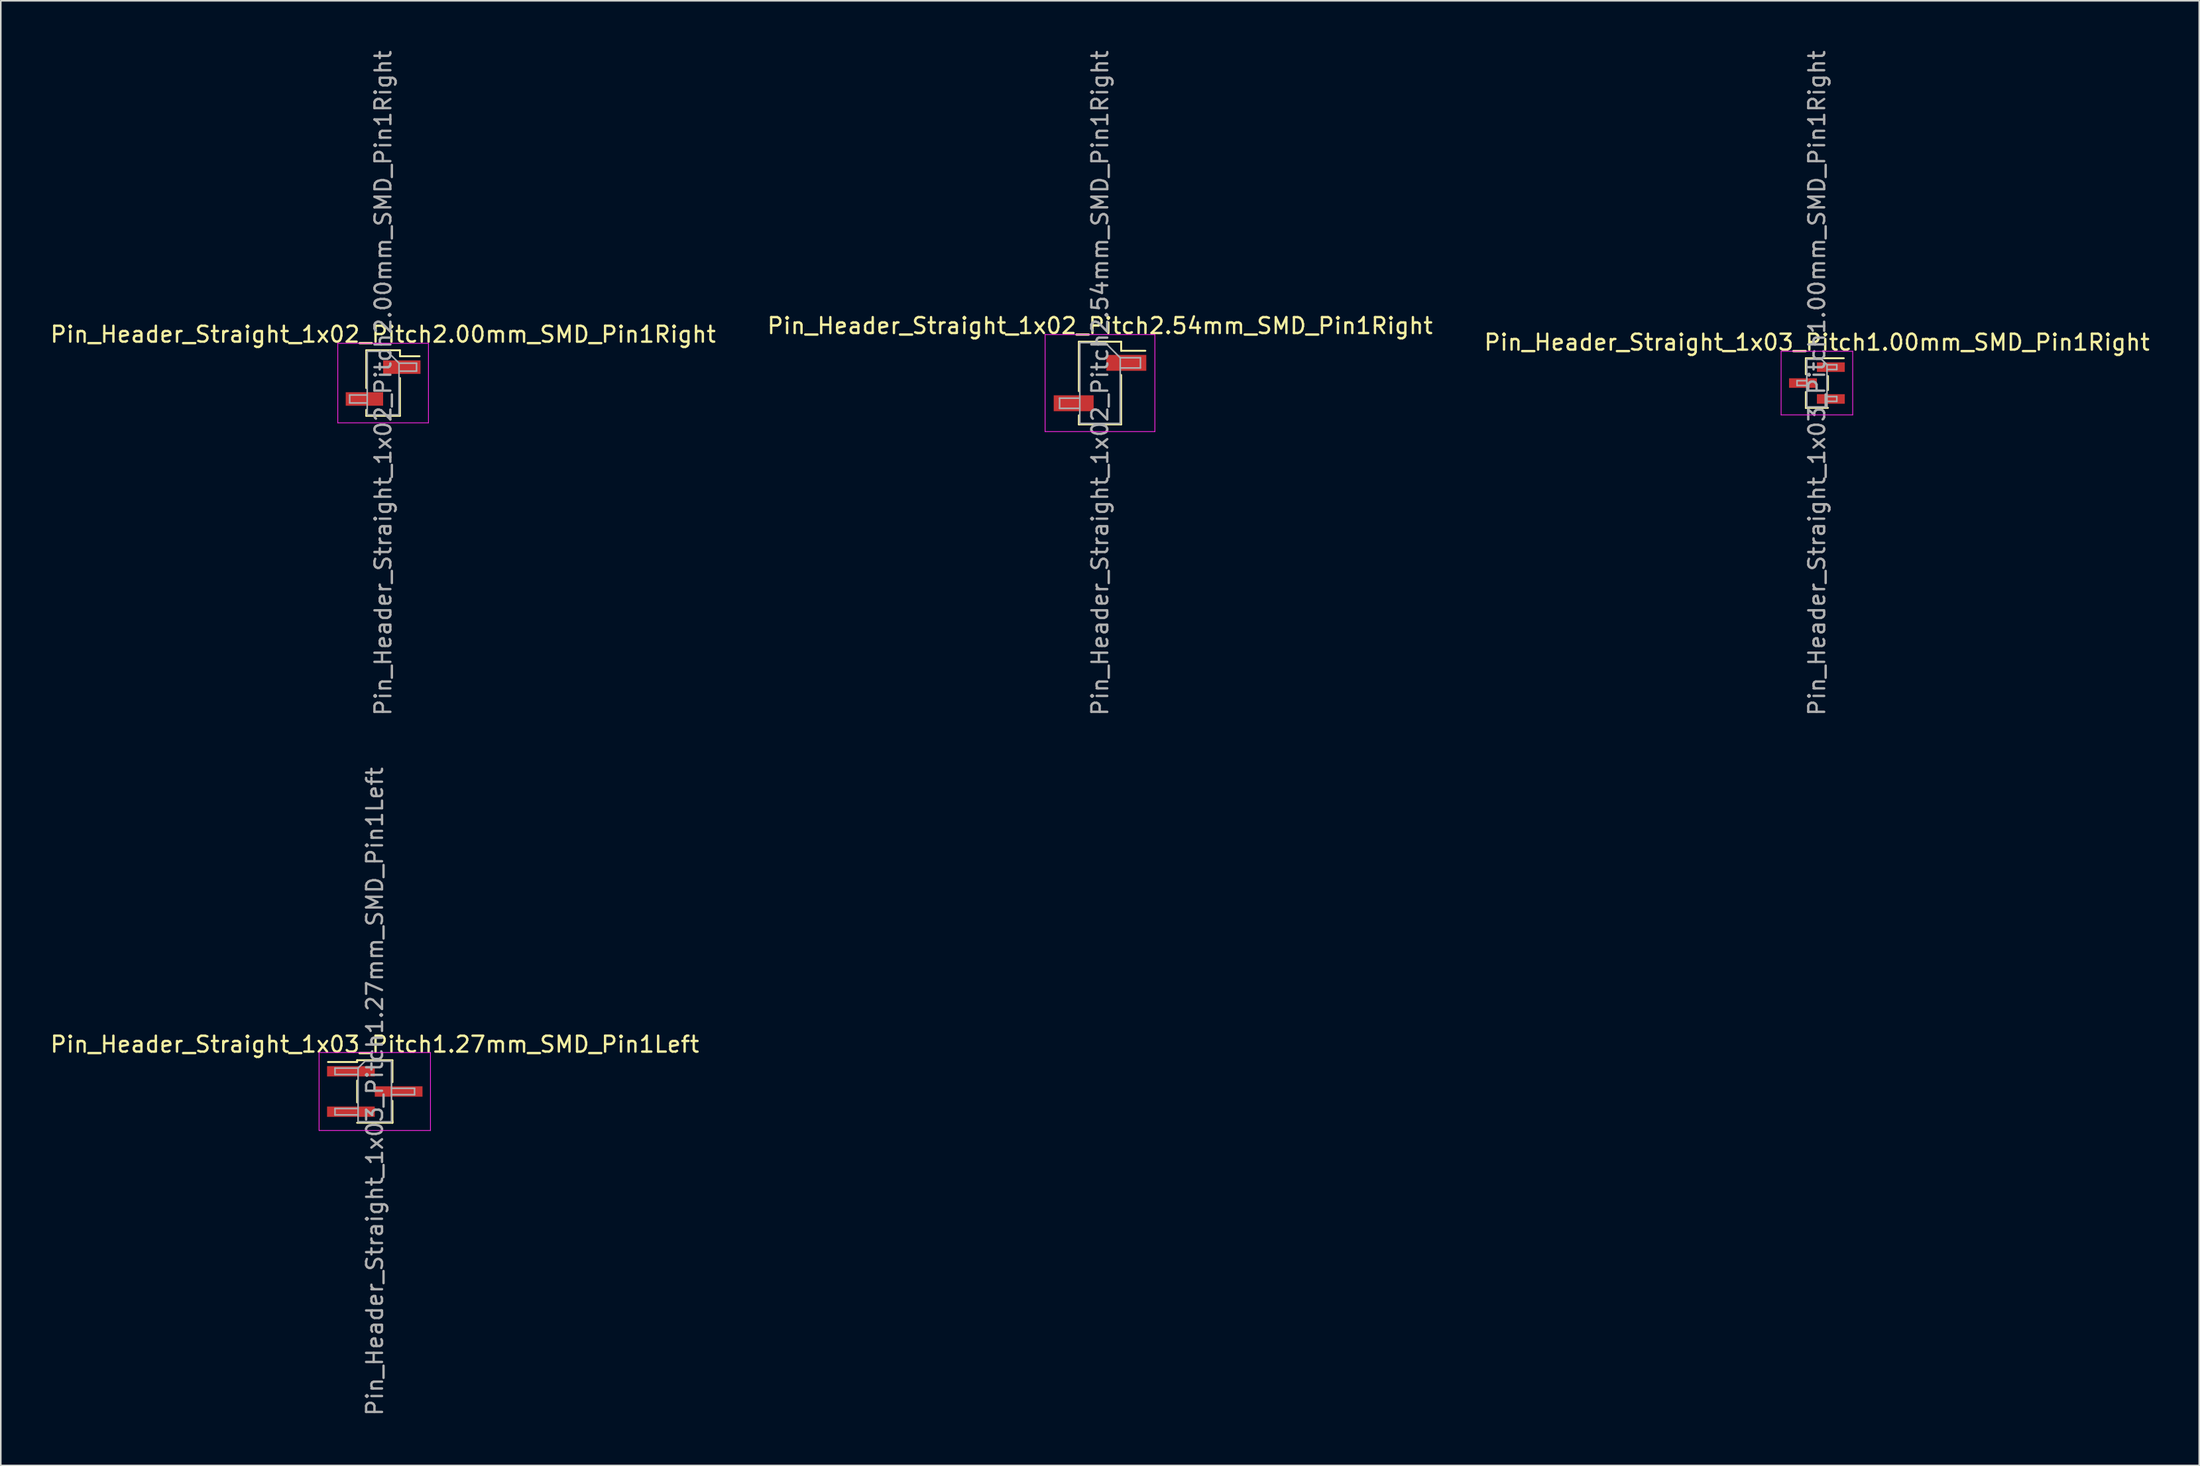
<source format=kicad_pcb>
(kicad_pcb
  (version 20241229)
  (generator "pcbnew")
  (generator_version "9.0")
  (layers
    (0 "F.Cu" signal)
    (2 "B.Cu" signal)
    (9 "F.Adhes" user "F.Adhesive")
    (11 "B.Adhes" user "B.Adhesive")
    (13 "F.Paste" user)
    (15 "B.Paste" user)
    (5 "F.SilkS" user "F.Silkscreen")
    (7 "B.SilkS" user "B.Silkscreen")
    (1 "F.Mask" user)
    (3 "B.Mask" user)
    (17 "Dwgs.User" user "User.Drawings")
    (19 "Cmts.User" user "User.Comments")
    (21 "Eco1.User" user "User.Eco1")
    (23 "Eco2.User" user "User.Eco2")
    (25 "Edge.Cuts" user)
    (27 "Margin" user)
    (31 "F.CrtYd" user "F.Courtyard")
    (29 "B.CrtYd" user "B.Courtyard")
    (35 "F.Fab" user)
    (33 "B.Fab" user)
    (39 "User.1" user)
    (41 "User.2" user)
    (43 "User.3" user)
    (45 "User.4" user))
  (footprint "Pin_Header_Straight_1x02_Pitch2.54mm_SMD_Pin1Right"
    (layer "F.Cu")
    (at 66.089 21.03)
    (property "Reference" "Pin_Header_Straight_1x02_Pitch2.54mm_SMD_Pin1Right" (at 0 -3.6 0) (layer "F.SilkS") (effects (font (size 1 1) (thickness 0.15))))
    (attr smd)
    (fp_line (start -1.33 -2.6) (end -1.33 0.51) (stroke (width 0.12) (type solid)) (layer "F.SilkS"))
    (fp_line (start -1.33 -2.6) (end 1.33 -2.6) (stroke (width 0.12) (type solid)) (layer "F.SilkS"))
    (fp_line (start -1.33 2.03) (end -1.33 2.6) (stroke (width 0.12) (type solid)) (layer "F.SilkS"))
    (fp_line (start -1.33 2.6) (end 1.33 2.6) (stroke (width 0.12) (type solid)) (layer "F.SilkS"))
    (fp_line (start 1.33 -2.6) (end 1.33 -2.03) (stroke (width 0.12) (type solid)) (layer "F.SilkS"))
    (fp_line (start 1.33 -2.03) (end 2.85 -2.03) (stroke (width 0.12) (type solid)) (layer "F.SilkS"))
    (fp_line (start 1.33 -0.51) (end 1.33 2.6) (stroke (width 0.12) (type solid)) (layer "F.SilkS"))
    (fp_line (start -3.45 -3.05) (end -3.45 3.05) (stroke (width 0.05) (type solid)) (layer "F.CrtYd"))
    (fp_line (start -3.45 3.05) (end 3.45 3.05) (stroke (width 0.05) (type solid)) (layer "F.CrtYd"))
    (fp_line (start 3.45 -3.05) (end -3.45 -3.05) (stroke (width 0.05) (type solid)) (layer "F.CrtYd"))
    (fp_line (start 3.45 3.05) (end 3.45 -3.05) (stroke (width 0.05) (type solid)) (layer "F.CrtYd"))
    (fp_line (start -2.54 0.95) (end -2.54 1.59) (stroke (width 0.1) (type solid)) (layer "F.Fab"))
    (fp_line (start -2.54 1.59) (end -1.27 1.59) (stroke (width 0.1) (type solid)) (layer "F.Fab"))
    (fp_line (start -1.27 -2.54) (end -1.27 2.54) (stroke (width 0.1) (type solid)) (layer "F.Fab"))
    (fp_line (start -1.27 -2.54) (end 0.32 -2.54) (stroke (width 0.1) (type solid)) (layer "F.Fab"))
    (fp_line (start -1.27 0.95) (end -2.54 0.95) (stroke (width 0.1) (type solid)) (layer "F.Fab"))
    (fp_line (start 1.27 -1.59) (end 0.32 -2.54) (stroke (width 0.1) (type solid)) (layer "F.Fab"))
    (fp_line (start 1.27 -1.59) (end 2.54 -1.59) (stroke (width 0.1) (type solid)) (layer "F.Fab"))
    (fp_line (start 1.27 2.54) (end -1.27 2.54) (stroke (width 0.1) (type solid)) (layer "F.Fab"))
    (fp_line (start 1.27 2.54) (end 1.27 -1.59) (stroke (width 0.1) (type solid)) (layer "F.Fab"))
    (fp_line (start 2.54 -1.59) (end 2.54 -0.95) (stroke (width 0.1) (type solid)) (layer "F.Fab"))
    (fp_line (start 2.54 -0.95) (end 1.27 -0.95) (stroke (width 0.1) (type solid)) (layer "F.Fab"))
    (fp_text user "${REFERENCE}" (at 0 0 90) (layer "F.Fab") (effects (font (size 1 1) (thickness 0.15))))
    (pad "1" smd rect (at 1.655 -1.27) (size 2.51 1) (layers "F.Cu" "F.Mask" "F.Paste"))
    (pad "2" smd rect (at -1.655 1.27) (size 2.51 1) (layers "F.Cu" "F.Mask" "F.Paste")))
  (footprint "Pin_Header_Straight_1x03_Pitch1.00mm_SMD_Pin1Right"
    (layer "F.Cu")
    (at 111.149 21.03)
    (property "Reference" "Pin_Header_Straight_1x03_Pitch1.00mm_SMD_Pin1Right" (at 0 -2.56 0) (layer "F.SilkS") (effects (font (size 1 1) (thickness 0.15))))
    (attr smd)
    (fp_line (start -0.695 -1.56) (end -0.695 -0.56) (stroke (width 0.12) (type solid)) (layer "F.SilkS"))
    (fp_line (start -0.695 -1.56) (end 0.695 -1.56) (stroke (width 0.12) (type solid)) (layer "F.SilkS"))
    (fp_line (start -0.695 -1.44) (end -0.695 -0.56) (stroke (width 0.12) (type solid)) (layer "F.SilkS"))
    (fp_line (start -0.695 0.56) (end -0.695 1.56) (stroke (width 0.12) (type solid)) (layer "F.SilkS"))
    (fp_line (start -0.695 1.56) (end -0.695 1.56) (stroke (width 0.12) (type solid)) (layer "F.SilkS"))
    (fp_line (start -0.695 1.56) (end 0.695 1.56) (stroke (width 0.12) (type solid)) (layer "F.SilkS"))
    (fp_line (start 0.695 -1.56) (end 0.695 -1.56) (stroke (width 0.12) (type solid)) (layer "F.SilkS"))
    (fp_line (start 0.695 -1.56) (end 1.69 -1.56) (stroke (width 0.12) (type solid)) (layer "F.SilkS"))
    (fp_line (start 0.695 -0.44) (end 0.695 0.44) (stroke (width 0.12) (type solid)) (layer "F.SilkS"))
    (fp_line (start -2.25 -2) (end -2.25 2) (stroke (width 0.05) (type solid)) (layer "F.CrtYd"))
    (fp_line (start -2.25 2) (end 2.25 2) (stroke (width 0.05) (type solid)) (layer "F.CrtYd"))
    (fp_line (start 2.25 -2) (end -2.25 -2) (stroke (width 0.05) (type solid)) (layer "F.CrtYd"))
    (fp_line (start 2.25 2) (end 2.25 -2) (stroke (width 0.05) (type solid)) (layer "F.CrtYd"))
    (fp_line (start -1.25 -0.15) (end -1.25 0.15) (stroke (width 0.1) (type solid)) (layer "F.Fab"))
    (fp_line (start -1.25 0.15) (end -0.635 0.15) (stroke (width 0.1) (type solid)) (layer "F.Fab"))
    (fp_line (start -0.635 -1.5) (end -0.635 1.5) (stroke (width 0.1) (type solid)) (layer "F.Fab"))
    (fp_line (start -0.635 -1.5) (end 0.285 -1.5) (stroke (width 0.1) (type solid)) (layer "F.Fab"))
    (fp_line (start -0.635 -0.15) (end -1.25 -0.15) (stroke (width 0.1) (type solid)) (layer "F.Fab"))
    (fp_line (start 0.635 -1.15) (end 0.285 -1.5) (stroke (width 0.1) (type solid)) (layer "F.Fab"))
    (fp_line (start 0.635 -1.15) (end 1.25 -1.15) (stroke (width 0.1) (type solid)) (layer "F.Fab"))
    (fp_line (start 0.635 0.85) (end 1.25 0.85) (stroke (width 0.1) (type solid)) (layer "F.Fab"))
    (fp_line (start 0.635 1.5) (end -0.635 1.5) (stroke (width 0.1) (type solid)) (layer "F.Fab"))
    (fp_line (start 0.635 1.5) (end 0.635 -1.15) (stroke (width 0.1) (type solid)) (layer "F.Fab"))
    (fp_line (start 1.25 -1.15) (end 1.25 -0.85) (stroke (width 0.1) (type solid)) (layer "F.Fab"))
    (fp_line (start 1.25 -0.85) (end 0.635 -0.85) (stroke (width 0.1) (type solid)) (layer "F.Fab"))
    (fp_line (start 1.25 0.85) (end 1.25 1.15) (stroke (width 0.1) (type solid)) (layer "F.Fab"))
    (fp_line (start 1.25 1.15) (end 0.635 1.15) (stroke (width 0.1) (type solid)) (layer "F.Fab"))
    (fp_text user "${REFERENCE}" (at 0 0 90) (layer "F.Fab") (effects (font (size 1 1) (thickness 0.15))))
    (pad "1" smd rect (at 0.875 -1) (size 1.75 0.6) (layers "F.Cu" "F.Mask" "F.Paste"))
    (pad "2" smd rect (at -0.875 0) (size 1.75 0.6) (layers "F.Cu" "F.Mask" "F.Paste"))
    (pad "3" smd rect (at 0.875 1) (size 1.75 0.6) (layers "F.Cu" "F.Mask" "F.Paste")))
  (footprint "Pin_Header_Straight_1x02_Pitch2.00mm_SMD_Pin1Right"
    (layer "F.Cu")
    (at 21.03 21.03)
    (property "Reference" "Pin_Header_Straight_1x02_Pitch2.00mm_SMD_Pin1Right" (at 0 -3.06 0) (layer "F.SilkS") (effects (font (size 1 1) (thickness 0.15))))
    (attr smd)
    (fp_line (start -1.06 -2.06) (end -1.06 0.315) (stroke (width 0.12) (type solid)) (layer "F.SilkS"))
    (fp_line (start -1.06 -2.06) (end 1.06 -2.06) (stroke (width 0.12) (type solid)) (layer "F.SilkS"))
    (fp_line (start -1.06 1.685) (end -1.06 2.06) (stroke (width 0.12) (type solid)) (layer "F.SilkS"))
    (fp_line (start -1.06 2.06) (end 1.06 2.06) (stroke (width 0.12) (type solid)) (layer "F.SilkS"))
    (fp_line (start 1.06 -2.06) (end 1.06 -1.685) (stroke (width 0.12) (type solid)) (layer "F.SilkS"))
    (fp_line (start 1.06 -1.685) (end 2.29 -1.685) (stroke (width 0.12) (type solid)) (layer "F.SilkS"))
    (fp_line (start 1.06 -0.315) (end 1.06 2.06) (stroke (width 0.12) (type solid)) (layer "F.SilkS"))
    (fp_line (start -2.85 -2.5) (end -2.85 2.5) (stroke (width 0.05) (type solid)) (layer "F.CrtYd"))
    (fp_line (start -2.85 2.5) (end 2.85 2.5) (stroke (width 0.05) (type solid)) (layer "F.CrtYd"))
    (fp_line (start 2.85 -2.5) (end -2.85 -2.5) (stroke (width 0.05) (type solid)) (layer "F.CrtYd"))
    (fp_line (start 2.85 2.5) (end 2.85 -2.5) (stroke (width 0.05) (type solid)) (layer "F.CrtYd"))
    (fp_line (start -2.1 0.75) (end -2.1 1.25) (stroke (width 0.1) (type solid)) (layer "F.Fab"))
    (fp_line (start -2.1 1.25) (end -1 1.25) (stroke (width 0.1) (type solid)) (layer "F.Fab"))
    (fp_line (start -1 -2) (end -1 2) (stroke (width 0.1) (type solid)) (layer "F.Fab"))
    (fp_line (start -1 -2) (end 0.25 -2) (stroke (width 0.1) (type solid)) (layer "F.Fab"))
    (fp_line (start -1 0.75) (end -2.1 0.75) (stroke (width 0.1) (type solid)) (layer "F.Fab"))
    (fp_line (start 1 -1.25) (end 0.25 -2) (stroke (width 0.1) (type solid)) (layer "F.Fab"))
    (fp_line (start 1 -1.25) (end 2.1 -1.25) (stroke (width 0.1) (type solid)) (layer "F.Fab"))
    (fp_line (start 1 2) (end -1 2) (stroke (width 0.1) (type solid)) (layer "F.Fab"))
    (fp_line (start 1 2) (end 1 -1.25) (stroke (width 0.1) (type solid)) (layer "F.Fab"))
    (fp_line (start 2.1 -1.25) (end 2.1 -0.75) (stroke (width 0.1) (type solid)) (layer "F.Fab"))
    (fp_line (start 2.1 -0.75) (end 1 -0.75) (stroke (width 0.1) (type solid)) (layer "F.Fab"))
    (fp_text user "${REFERENCE}" (at 0 0 90) (layer "F.Fab") (effects (font (size 1 1) (thickness 0.15))))
    (pad "1" smd rect (at 1.175 -1) (size 2.35 0.85) (layers "F.Cu" "F.Mask" "F.Paste"))
    (pad "2" smd rect (at -1.175 1) (size 2.35 0.85) (layers "F.Cu" "F.Mask" "F.Paste")))
  (footprint "Pin_Header_Straight_1x03_Pitch1.27mm_SMD_Pin1Left"
    (layer "F.Cu")
    (at 20.506 65.565)
    (property "Reference" "Pin_Header_Straight_1x03_Pitch1.27mm_SMD_Pin1Left" (at 0 -2.965 0) (layer "F.SilkS") (effects (font (size 1 1) (thickness 0.15))))
    (attr smd)
    (fp_line (start -1.11 -1.965) (end -1.11 -1.855) (stroke (width 0.12) (type solid)) (layer "F.SilkS"))
    (fp_line (start -1.11 -1.965) (end 1.11 -1.965) (stroke (width 0.12) (type solid)) (layer "F.SilkS"))
    (fp_line (start -1.11 -1.855) (end -2.94 -1.855) (stroke (width 0.12) (type solid)) (layer "F.SilkS"))
    (fp_line (start -1.11 -0.685) (end -1.11 0.685) (stroke (width 0.12) (type solid)) (layer "F.SilkS"))
    (fp_line (start -1.11 1.965) (end 1.11 1.965) (stroke (width 0.12) (type solid)) (layer "F.SilkS"))
    (fp_line (start 1.11 -1.955) (end 1.11 -0.585) (stroke (width 0.12) (type solid)) (layer "F.SilkS"))
    (fp_line (start 1.11 0.585) (end 1.11 1.955) (stroke (width 0.12) (type solid)) (layer "F.SilkS"))
    (fp_line (start 1.11 1.855) (end 1.11 1.965) (stroke (width 0.12) (type solid)) (layer "F.SilkS"))
    (fp_line (start -3.5 -2.45) (end -3.5 2.45) (stroke (width 0.05) (type solid)) (layer "F.CrtYd"))
    (fp_line (start -3.5 2.45) (end 3.5 2.45) (stroke (width 0.05) (type solid)) (layer "F.CrtYd"))
    (fp_line (start 3.5 -2.45) (end -3.5 -2.45) (stroke (width 0.05) (type solid)) (layer "F.CrtYd"))
    (fp_line (start 3.5 2.45) (end 3.5 -2.45) (stroke (width 0.05) (type solid)) (layer "F.CrtYd"))
    (fp_line (start -2.5 -1.47) (end -2.5 -1.07) (stroke (width 0.1) (type solid)) (layer "F.Fab"))
    (fp_line (start -2.5 -1.07) (end -1.05 -1.07) (stroke (width 0.1) (type solid)) (layer "F.Fab"))
    (fp_line (start -2.5 1.07) (end -2.5 1.47) (stroke (width 0.1) (type solid)) (layer "F.Fab"))
    (fp_line (start -2.5 1.47) (end -1.05 1.47) (stroke (width 0.1) (type solid)) (layer "F.Fab"))
    (fp_line (start -1.05 -1.47) (end -2.5 -1.47) (stroke (width 0.1) (type solid)) (layer "F.Fab"))
    (fp_line (start -1.05 -1.47) (end -0.615 -1.905) (stroke (width 0.1) (type solid)) (layer "F.Fab"))
    (fp_line (start -1.05 1.07) (end -2.5 1.07) (stroke (width 0.1) (type solid)) (layer "F.Fab"))
    (fp_line (start -1.05 1.905) (end -1.05 -1.47) (stroke (width 0.1) (type solid)) (layer "F.Fab"))
    (fp_line (start -0.615 -1.905) (end 1.05 -1.905) (stroke (width 0.1) (type solid)) (layer "F.Fab"))
    (fp_line (start 1.05 -1.905) (end 1.05 1.905) (stroke (width 0.1) (type solid)) (layer "F.Fab"))
    (fp_line (start 1.05 -0.2) (end 2.5 -0.2) (stroke (width 0.1) (type solid)) (layer "F.Fab"))
    (fp_line (start 1.05 1.905) (end -1.05 1.905) (stroke (width 0.1) (type solid)) (layer "F.Fab"))
    (fp_line (start 2.5 -0.2) (end 2.5 0.2) (stroke (width 0.1) (type solid)) (layer "F.Fab"))
    (fp_line (start 2.5 0.2) (end 1.05 0.2) (stroke (width 0.1) (type solid)) (layer "F.Fab"))
    (fp_text user "${REFERENCE}" (at 0 0 90) (layer "F.Fab") (effects (font (size 1 1) (thickness 0.15))))
    (pad "1" smd rect (at -1.5 -1.27) (size 3 0.65) (layers "F.Cu" "F.Mask" "F.Paste"))
    (pad "2" smd rect (at 1.5 0) (size 3 0.65) (layers "F.Cu" "F.Mask" "F.Paste"))
    (pad "3" smd rect (at -1.5 1.27) (size 3 0.65) (layers "F.Cu" "F.Mask" "F.Paste")))
  (gr_rect
    (start -3 -3)
    (end 135.179 89.071)
    (stroke (width 0.1) (type default))
    (fill no)
    (layer "Edge.Cuts")))
</source>
